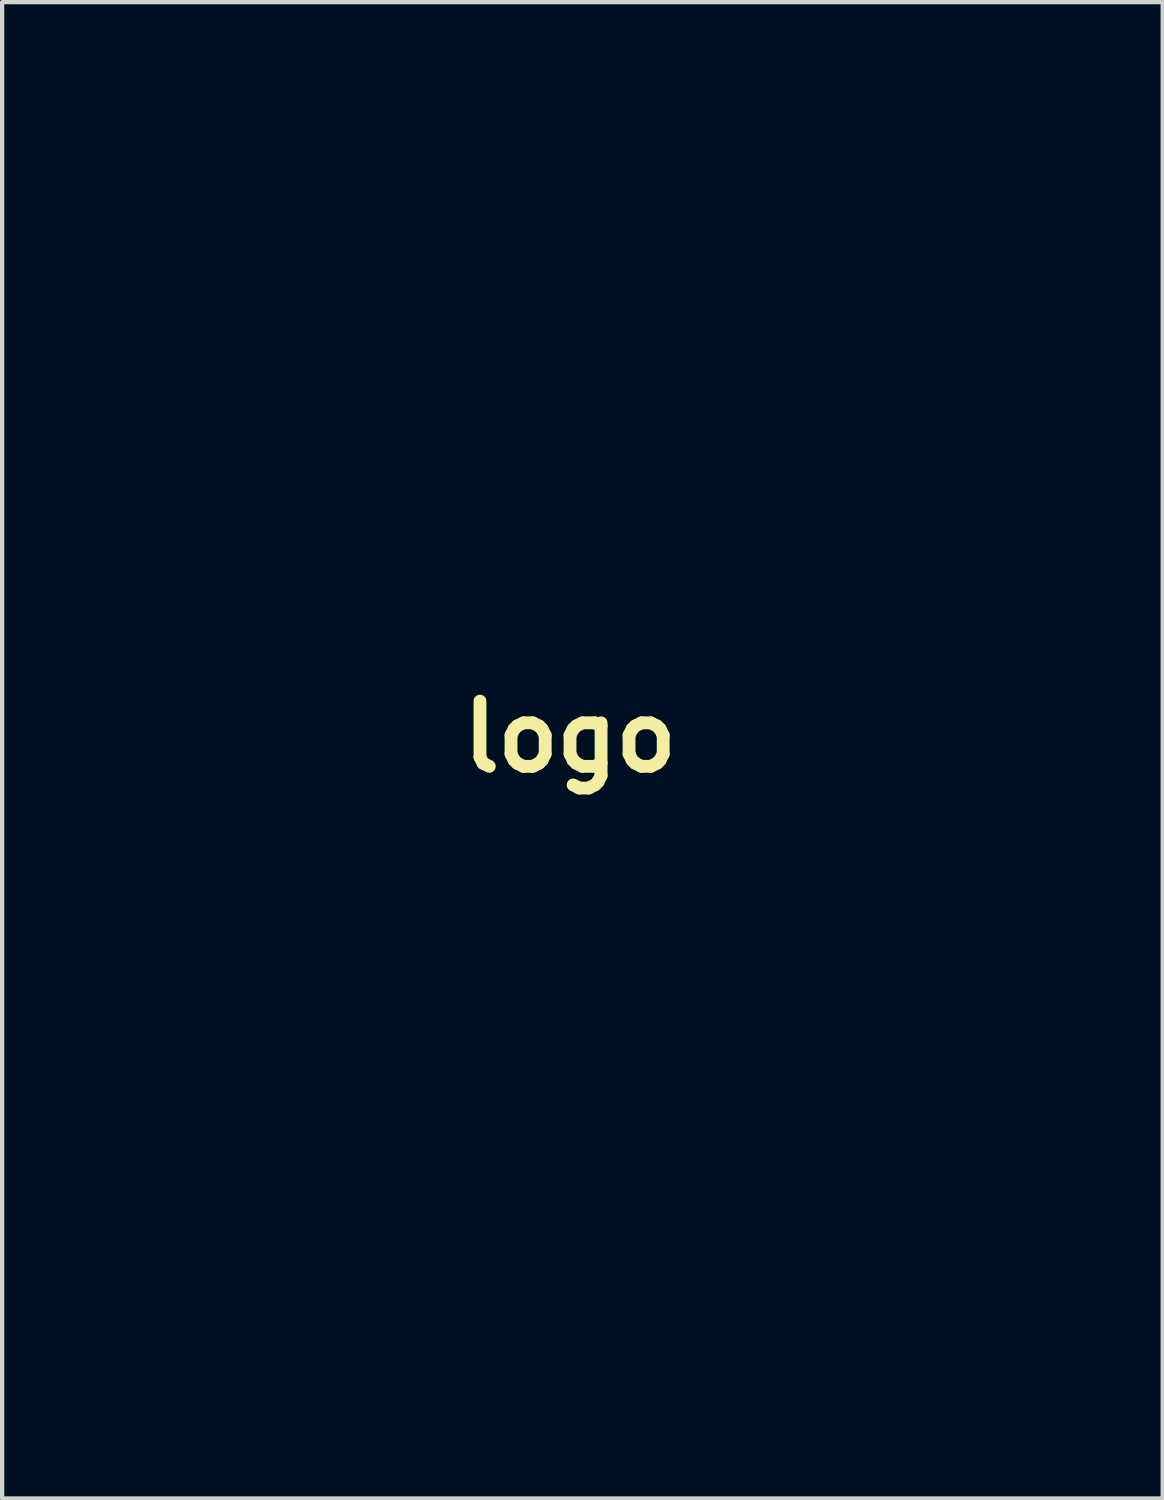
<source format=kicad_pcb>
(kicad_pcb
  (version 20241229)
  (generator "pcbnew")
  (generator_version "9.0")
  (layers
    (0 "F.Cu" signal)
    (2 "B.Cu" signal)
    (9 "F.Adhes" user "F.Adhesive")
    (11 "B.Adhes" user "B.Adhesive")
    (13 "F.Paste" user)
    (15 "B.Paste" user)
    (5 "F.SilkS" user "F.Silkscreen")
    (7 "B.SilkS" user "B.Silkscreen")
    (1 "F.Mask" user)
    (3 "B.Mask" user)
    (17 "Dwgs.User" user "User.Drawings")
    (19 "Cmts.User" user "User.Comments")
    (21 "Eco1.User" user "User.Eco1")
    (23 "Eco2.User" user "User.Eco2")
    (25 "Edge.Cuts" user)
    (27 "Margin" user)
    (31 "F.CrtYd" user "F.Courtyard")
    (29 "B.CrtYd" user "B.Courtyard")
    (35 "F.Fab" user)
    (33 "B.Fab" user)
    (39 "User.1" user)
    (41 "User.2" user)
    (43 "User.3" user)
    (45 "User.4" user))
  (footprint "logo"
    (layer "F.Cu")
    (at 10.272 14.17)
    (property "Reference" "logo" (at 0 0 0) (layer "F.SilkS") (effects (font (size 1.524 1.524) (thickness 0.3))))
    (attr through_hole)
    (fp_poly (pts (xy 3.511 9.965) (xy 5.73 9.965) (xy 5.73 11.332) (xy 4.297 11.332) (xy 2.865 11.332) (xy 2.865 3.615) (xy 3.464 3.615) (xy 3.511 9.965)) (stroke (width 0.01) (type solid)) (fill no) (layer "Eco2.User"))
    (fp_poly (pts (xy -5.26 -14.133) (xy -5.235 -12.642) (xy -5.21 -11.151) (xy -6.047 -11.095) (xy -6.885 -11.039) (xy -6.93 0.586) (xy -8.638 0.586) (xy -8.638 -11.137) (xy -10.263 -11.137) (xy -10.263 -12.651) (xy -10.263 -14.165) (xy -5.26 -14.133)) (stroke (width 0.01) (type solid)) (fill no) (layer "Eco2.User"))
    (fp_poly (pts (xy 6.799 11.392) (xy 6.51 11.411) (xy 6.306 11.371) (xy 6.192 11.246) (xy 6.188 11.229) (xy 6.178 10.978) (xy 6.172 10.401) (xy 6.17 9.562) (xy 6.171 8.526) (xy 6.177 7.358) (xy 6.177 7.321) (xy 6.2 3.615) (xy 6.799 3.615) (xy 6.799 11.392)) (stroke (width 0.01) (type solid)) (fill no) (layer "Eco2.User"))
    (fp_poly (pts (xy 10.733 0.488) (xy 9.023 0.488) (xy 8.975 -5.275) (xy 7.44 -5.275) (xy 7.44 0.586) (xy 5.73 0.586) (xy 5.73 -14.068) (xy 7.44 -14.068) (xy 7.44 -8.402) (xy 8.975 -8.402) (xy 8.999 -11.265) (xy 9.023 -14.128) (xy 9.878 -14.133) (xy 10.733 -14.138) (xy 10.733 0.488)) (stroke (width 0.01) (type solid)) (fill no) (layer "Eco2.User"))
    (fp_poly (pts (xy 5.355 -13.433) (xy 5.257 -12.853) (xy 5.139 -12.141) (xy 5.095 -11.87) (xy 4.946 -10.942) (xy 2.138 -10.942) (xy 2.138 -2.744) (xy 3.796 -2.691) (xy 5.454 -2.638) (xy 4.944 0.586) (xy 0.873 0.586) (xy 0.608 -0.104) (xy 0.342 -0.795) (xy 0.342 -13.109) (xy 0.552 -13.588) (xy 0.762 -14.068) (xy 5.465 -14.068) (xy 5.355 -13.433)) (stroke (width 0.01) (type solid)) (fill no) (layer "Eco2.User"))
    (fp_poly (pts (xy -1.676 -14.064) (xy -1.08 -14.053) (xy -0.626 -14.034) (xy -0.299 -14.003) (xy -0.084 -13.961) (xy 0.033 -13.905) (xy 0.066 -13.835) (xy 0.065 -13.823) (xy 0.019 -13.526) (xy -0.067 -12.977) (xy -0.174 -12.292) (xy -0.179 -12.26) (xy -0.383 -10.942) (xy -3.164 -10.942) (xy -3.164 -8.402) (xy -0.428 -8.402) (xy -0.428 -5.275) (xy -3.164 -5.275) (xy -3.164 -2.735) (xy -1.539 -2.735) (xy -1.034 -2.728) (xy -0.593 -2.708) (xy -0.243 -2.677) (xy -0.01 -2.637) (xy 0.08 -2.592) (xy 0.08 -2.589) (xy 0.051 -2.347) (xy -0.023 -1.838) (xy -0.127 -1.159) (xy -0.155 -0.977) (xy -0.385 0.488) (xy -2.673 0.54) (xy -4.96 0.593) (xy -4.96 -14.068) (xy -2.428 -14.068) (xy -1.676 -14.064)) (stroke (width 0.01) (type solid)) (fill no) (layer "Eco2.User"))
    (fp_poly (pts (xy -6.772 4.347) (xy -6.746 5.08) (xy -7.824 5.08) (xy -8.385 5.102) (xy -8.801 5.182) (xy -9.101 5.339) (xy -9.31 5.594) (xy -9.455 5.965) (xy -9.542 6.357) (xy -9.653 7.308) (xy -9.612 8.206) (xy -9.524 8.723) (xy -9.386 9.236) (xy -9.202 9.591) (xy -8.941 9.814) (xy -8.573 9.93) (xy -8.068 9.965) (xy -8.043 9.965) (xy -7.184 9.965) (xy -7.184 8.011) (xy -8.723 8.011) (xy -8.723 6.838) (xy -6.585 6.838) (xy -6.585 11.332) (xy -7.847 11.324) (xy -8.357 11.314) (xy -8.73 11.286) (xy -8.998 11.233) (xy -9.194 11.145) (xy -9.351 11.016) (xy -9.429 10.928) (xy -9.794 10.28) (xy -10.061 9.393) (xy -10.22 8.354) (xy -10.267 7.253) (xy -10.193 6.179) (xy -9.991 5.221) (xy -9.904 4.968) (xy -9.695 4.466) (xy -9.493 4.106) (xy -9.265 3.865) (xy -8.975 3.72) (xy -8.589 3.648) (xy -8.074 3.623) (xy -7.954 3.622) (xy -6.799 3.615) (xy -6.772 4.347)) (stroke (width 0.01) (type solid)) (fill no) (layer "Eco2.User"))
    (fp_poly (pts (xy 10.819 4.982) (xy 9.655 5.08) (xy 9.145 5.132) (xy 8.776 5.203) (xy 8.518 5.316) (xy 8.34 5.494) (xy 8.214 5.759) (xy 8.109 6.135) (xy 8.076 6.277) (xy 7.968 7.096) (xy 7.975 7.973) (xy 8.086 8.789) (xy 8.288 9.425) (xy 8.403 9.617) (xy 8.576 9.733) (xy 8.891 9.837) (xy 9.321 9.92) (xy 9.707 9.965) (xy 10.819 10.062) (xy 10.847 10.623) (xy 10.845 11.068) (xy 10.804 11.307) (xy 10.697 11.345) (xy 10.452 11.364) (xy 10.102 11.364) (xy 9.68 11.344) (xy 9.529 11.332) (xy 9.049 11.29) (xy 8.707 11.244) (xy 8.469 11.18) (xy 8.3 11.084) (xy 8.168 10.941) (xy 8.039 10.737) (xy 8.01 10.686) (xy 7.654 9.855) (xy 7.438 8.837) (xy 7.356 7.594) (xy 7.355 7.401) (xy 7.422 6.157) (xy 7.625 5.146) (xy 7.968 4.354) (xy 8.138 4.104) (xy 8.301 3.907) (xy 8.46 3.772) (xy 8.65 3.687) (xy 8.909 3.641) (xy 9.273 3.621) (xy 9.664 3.617) (xy 10.819 3.615) (xy 10.819 4.982)) (stroke (width 0.01) (type solid)) (fill no) (layer "Eco2.User"))
    (fp_poly (pts (xy -3.682 12.642) (xy -3.353 12.691) (xy -3.09 12.769) (xy -2.933 12.869) (xy -2.908 12.931) (xy -2.975 13.026) (xy -3.091 12.984) (xy -3.217 12.933) (xy -3.247 13.104) (xy -3.226 13.41) (xy -3.169 13.948) (xy -3.118 14.312) (xy -3.11 14.597) (xy -3.155 14.654) (xy -3.247 14.55) (xy -3.252 14.507) (xy -3.302 14.266) (xy -3.419 13.886) (xy -3.424 13.872) (xy -3.532 13.586) (xy -3.556 13.607) (xy -3.534 13.775) (xy -3.506 14.039) (xy -3.568 13.989) (xy -3.605 13.923) (xy -3.712 13.805) (xy -3.795 13.991) (xy -3.833 14.167) (xy -3.942 14.564) (xy -4.023 14.619) (xy -4.049 14.338) (xy -4.037 14.117) (xy -4.018 13.76) (xy -4.06 13.721) (xy -4.121 13.822) (xy -4.251 13.965) (xy -4.306 13.935) (xy -4.401 13.958) (xy -4.551 14.195) (xy -4.554 14.201) (xy -4.79 14.646) (xy -4.919 14.796) (xy -4.94 14.649) (xy -4.924 14.539) (xy -4.867 14.092) (xy -4.817 13.505) (xy -4.813 13.451) (xy -4.776 13.013) (xy -4.7 12.793) (xy -4.536 12.698) (xy -4.373 12.663) (xy -4.036 12.63) (xy -3.682 12.642)) (stroke (width 0.01) (type solid)) (fill no) (layer "Eco2.User"))
    (fp_poly (pts (xy 0.579 3.629) (xy 1.047 3.674) (xy 1.377 3.752) (xy 1.586 3.867) (xy 1.603 3.882) (xy 1.912 4.373) (xy 2.12 5.097) (xy 2.224 5.967) (xy 2.22 6.894) (xy 2.106 7.791) (xy 1.878 8.571) (xy 1.775 8.792) (xy 1.706 8.958) (xy 1.699 9.142) (xy 1.771 9.418) (xy 1.937 9.86) (xy 2.077 10.209) (xy 2.284 10.735) (xy 2.429 11.135) (xy 2.488 11.338) (xy 2.485 11.35) (xy 2.378 11.354) (xy 2.163 11.342) (xy 2.053 11.333) (xy 1.839 11.287) (xy 1.673 11.149) (xy 1.506 10.851) (xy 1.288 10.325) (xy 1.255 10.241) (xy 0.842 9.183) (xy -0.428 9.183) (xy -0.428 8.011) (xy 0.428 8.011) (xy 0.909 7.98) (xy 1.245 7.868) (xy 1.46 7.642) (xy 1.577 7.273) (xy 1.622 6.729) (xy 1.625 6.478) (xy 1.61 5.957) (xy 1.55 5.583) (xy 1.42 5.332) (xy 1.196 5.181) (xy 0.856 5.105) (xy 0.374 5.081) (xy 0.228 5.08) (xy -0.855 5.08) (xy -0.855 11.288) (xy -1.12 11.377) (xy -1.32 11.377) (xy -1.421 11.246) (xy -1.431 10.99) (xy -1.438 10.408) (xy -1.441 9.564) (xy -1.44 8.525) (xy -1.435 7.354) (xy -1.434 7.321) (xy -1.411 3.615) (xy -0.043 3.615) (xy 0.579 3.629)) (stroke (width 0.01) (type solid)) (fill no) (layer "Eco2.User"))
    (fp_poly (pts (xy -3.969 2.119) (xy -3.77 2.538) (xy -3.593 3.099) (xy -3.482 3.691) (xy -3.47 3.81) (xy -3.294 5.144) (xy -2.982 6.25) (xy -2.599 7.05) (xy -2.256 7.671) (xy -2.039 8.204) (xy -1.924 8.745) (xy -1.889 9.394) (xy -1.898 9.963) (xy -1.985 10.991) (xy -2.178 11.732) (xy -2.485 12.199) (xy -2.915 12.407) (xy -3.335 12.399) (xy -3.643 12.348) (xy -3.867 12.325) (xy -4.078 12.327) (xy -4.345 12.354) (xy -4.579 12.385) (xy -4.916 12.386) (xy -5.233 12.315) (xy -5.391 12.235) (xy -5.667 11.842) (xy -5.881 11.184) (xy -6.017 10.369) (xy -6.036 9.988) (xy -5.04 9.988) (xy -5.04 10.057) (xy -5.033 11.039) (xy -4.872 10.003) (xy -4.73 9.206) (xy -4.551 8.345) (xy -4.459 7.951) (xy -4.233 6.907) (xy -4.111 6.057) (xy -3.751 6.057) (xy -3.736 6.57) (xy -3.671 7.146) (xy -3.543 7.873) (xy -3.34 8.841) (xy -3.333 8.87) (xy -3.159 9.707) (xy -3.018 10.463) (xy -2.927 11.044) (xy -2.902 11.313) (xy -2.897 11.821) (xy -2.815 11.354) (xy -2.773 10.829) (xy -2.787 10.236) (xy -2.866 9.683) (xy -3.004 9.017) (xy -3.084 8.706) (xy -3.357 7.676) (xy -3.539 6.861) (xy -3.65 6.174) (xy -3.683 5.862) (xy -3.72 5.462) (xy -3.739 5.391) (xy -3.747 5.671) (xy -3.751 6.057) (xy -4.111 6.057) (xy -4.102 5.993) (xy -4.073 5.274) (xy -4.097 5.028) (xy -4.142 4.826) (xy -4.175 4.932) (xy -4.209 5.387) (xy -4.209 5.394) (xy -4.28 5.955) (xy -4.426 6.706) (xy -4.622 7.519) (xy -4.65 7.624) (xy -4.85 8.392) (xy -4.969 8.962) (xy -5.026 9.454) (xy -5.04 9.988) (xy -6.036 9.988) (xy -6.06 9.507) (xy -5.996 8.708) (xy -5.922 8.376) (xy -5.774 7.976) (xy -5.544 7.471) (xy -5.345 7.086) (xy -4.935 6.275) (xy -4.652 5.525) (xy -4.468 4.726) (xy -4.355 3.77) (xy -4.309 3.043) (xy -4.259 2.414) (xy -4.195 2.03) (xy -4.151 1.954) (xy -3.969 2.119)) (stroke (width 0.01) (type solid)) (fill no) (layer "Eco2.User")))
  (gr_rect
    (start -3 -3)
    (end 24.123 31.971)
    (stroke (width 0.1) (type default))
    (fill no)
    (layer "Edge.Cuts")))
</source>
